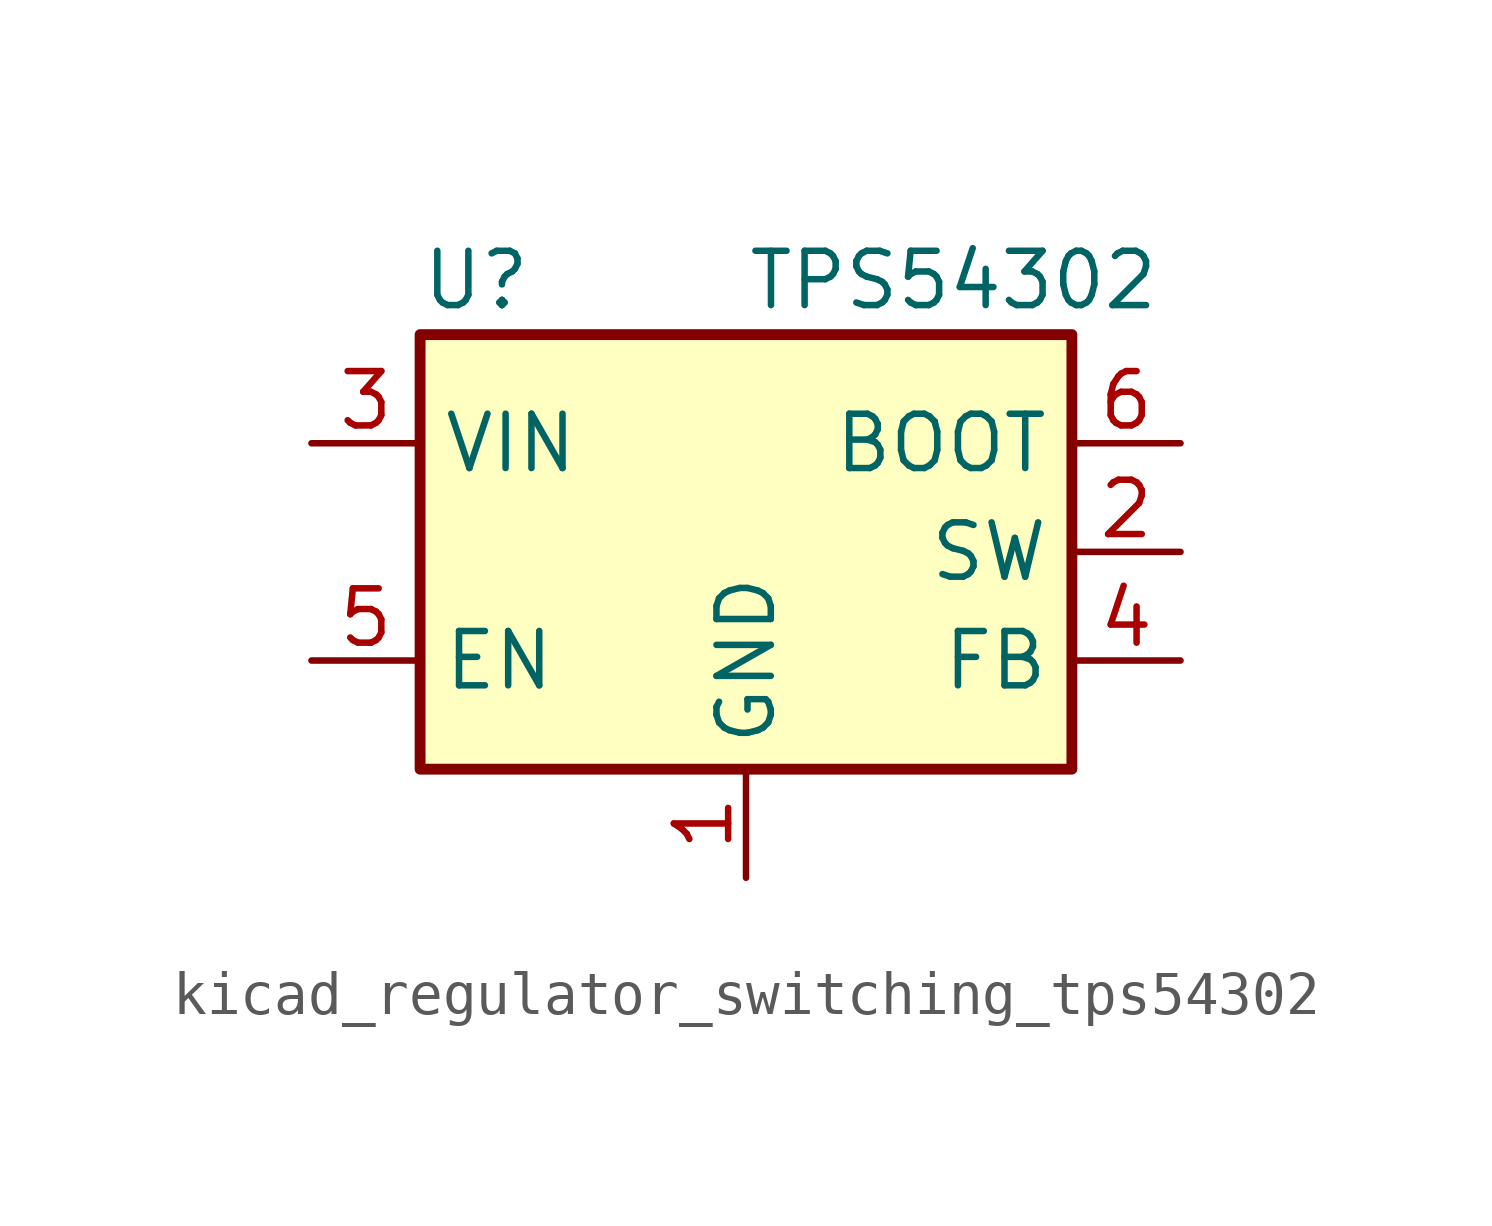
<source format=kicad_sym>
(kicad_symbol_lib
  (version 20220914)
  (generator kicad_symbol_editor)
  (symbol "kicad_regulator_switching_tps54302"
    (property "Reference" "U"
      (at -7.62 6.35 0)
      (effects (font (size 1.27 1.27)) (justify left)))
    (property "Value" "TPS54302"
      (at 0 6.35 0)
      (effects (font (size 1.27 1.27)) (justify left)))
    (symbol "kicad_regulator_switching_tps54302_0_1"
      (rectangle (start -7.62 5.08) (end 7.62 -5.08) (stroke (width 0.254) (type default)) (fill (type background))))
    (symbol "kicad_regulator_switching_tps54302_1_1"
      (pin power_in line (at 0 -7.62 90) (length 2.54) (name "GND" (effects (font (size 1.27 1.27)))) (number "1" (effects (font (size 1.27 1.27)))))
      (pin power_out line (at 10.16 0 180) (length 2.54) (name "SW" (effects (font (size 1.27 1.27)))) (number "2" (effects (font (size 1.27 1.27)))))
      (pin power_in line (at -10.16 2.54 0) (length 2.54) (name "VIN" (effects (font (size 1.27 1.27)))) (number "3" (effects (font (size 1.27 1.27)))))
      (pin input line (at 10.16 -2.54 180) (length 2.54) (name "FB" (effects (font (size 1.27 1.27)))) (number "4" (effects (font (size 1.27 1.27)))))
      (pin input line (at -10.16 -2.54 0) (length 2.54) (name "EN" (effects (font (size 1.27 1.27)))) (number "5" (effects (font (size 1.27 1.27)))))
      (pin passive line (at 10.16 2.54 180) (length 2.54) (name "BOOT" (effects (font (size 1.27 1.27)))) (number "6" (effects (font (size 1.27 1.27))))))))
</source>
